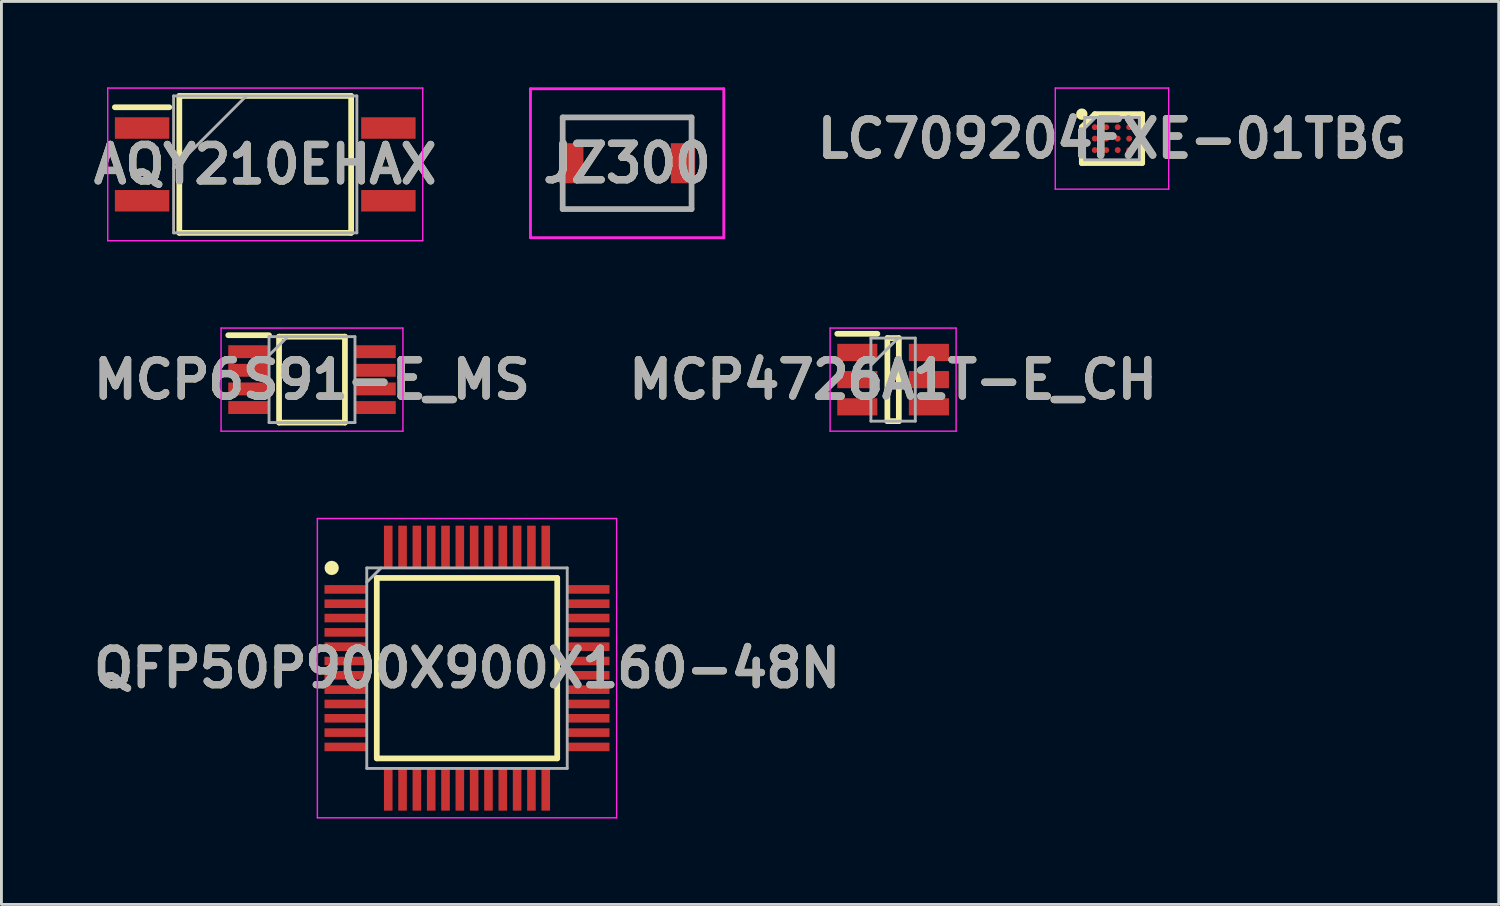
<source format=kicad_pcb>
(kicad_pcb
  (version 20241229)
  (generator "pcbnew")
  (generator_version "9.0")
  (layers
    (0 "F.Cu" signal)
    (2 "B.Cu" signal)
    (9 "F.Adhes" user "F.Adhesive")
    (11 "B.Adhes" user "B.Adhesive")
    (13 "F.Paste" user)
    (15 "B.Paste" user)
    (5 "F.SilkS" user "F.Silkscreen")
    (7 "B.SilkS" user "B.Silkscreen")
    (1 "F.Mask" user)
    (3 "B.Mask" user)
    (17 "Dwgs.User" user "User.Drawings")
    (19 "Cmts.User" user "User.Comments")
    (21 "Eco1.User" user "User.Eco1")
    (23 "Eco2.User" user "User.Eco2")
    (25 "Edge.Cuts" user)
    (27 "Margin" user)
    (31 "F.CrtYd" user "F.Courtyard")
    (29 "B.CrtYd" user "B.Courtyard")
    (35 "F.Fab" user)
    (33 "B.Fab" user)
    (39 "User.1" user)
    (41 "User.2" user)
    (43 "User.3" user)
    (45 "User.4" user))
  (footprint "QFP50P900X900X160-48N"
    (layer "F.Cu")
    (at 13.256 20.28)
    (property "Reference" "QFP50P900X900X160-48N" (at 0 0 0) (layer "F.SilkS") (effects (font (size 1.27 1.27) (thickness 0.254))))
    (attr smd)
    (fp_line (start -3.15 -3.15) (end 3.15 -3.15) (stroke (width 0.2) (type solid)) (layer "F.SilkS"))
    (fp_line (start -3.15 3.15) (end -3.15 -3.15) (stroke (width 0.2) (type solid)) (layer "F.SilkS"))
    (fp_line (start 3.15 -3.15) (end 3.15 3.15) (stroke (width 0.2) (type solid)) (layer "F.SilkS"))
    (fp_line (start 3.15 3.15) (end -3.15 3.15) (stroke (width 0.2) (type solid)) (layer "F.SilkS"))
    (fp_circle (center -4.725 -3.5) (end -4.725 -3.375) (stroke (width 0.25) (type solid)) (fill no) (layer "F.SilkS"))
    (fp_line (start -5.225 -5.225) (end 5.225 -5.225) (stroke (width 0.05) (type solid)) (layer "F.CrtYd"))
    (fp_line (start -5.225 5.225) (end -5.225 -5.225) (stroke (width 0.05) (type solid)) (layer "F.CrtYd"))
    (fp_line (start 5.225 -5.225) (end 5.225 5.225) (stroke (width 0.05) (type solid)) (layer "F.CrtYd"))
    (fp_line (start 5.225 5.225) (end -5.225 5.225) (stroke (width 0.05) (type solid)) (layer "F.CrtYd"))
    (fp_line (start -3.5 -3.5) (end 3.5 -3.5) (stroke (width 0.1) (type solid)) (layer "F.Fab"))
    (fp_line (start -3.5 -3) (end -3 -3.5) (stroke (width 0.1) (type solid)) (layer "F.Fab"))
    (fp_line (start -3.5 3.5) (end -3.5 -3.5) (stroke (width 0.1) (type solid)) (layer "F.Fab"))
    (fp_line (start 3.5 -3.5) (end 3.5 3.5) (stroke (width 0.1) (type solid)) (layer "F.Fab"))
    (fp_line (start 3.5 3.5) (end -3.5 3.5) (stroke (width 0.1) (type solid)) (layer "F.Fab"))
    (fp_text user "${REFERENCE}" (at 0 0 0) (layer "F.Fab") (effects (font (size 1.27 1.27) (thickness 0.254))))
    (pad "1" smd rect (at -4.238 -2.75 90) (size 0.3 1.475) (layers "F.Cu" "F.Mask" "F.Paste"))
    (pad "2" smd rect (at -4.238 -2.25 90) (size 0.3 1.475) (layers "F.Cu" "F.Mask" "F.Paste"))
    (pad "3" smd rect (at -4.238 -1.75 90) (size 0.3 1.475) (layers "F.Cu" "F.Mask" "F.Paste"))
    (pad "4" smd rect (at -4.238 -1.25 90) (size 0.3 1.475) (layers "F.Cu" "F.Mask" "F.Paste"))
    (pad "5" smd rect (at -4.238 -0.75 90) (size 0.3 1.475) (layers "F.Cu" "F.Mask" "F.Paste"))
    (pad "6" smd rect (at -4.238 -0.25 90) (size 0.3 1.475) (layers "F.Cu" "F.Mask" "F.Paste"))
    (pad "7" smd rect (at -4.238 0.25 90) (size 0.3 1.475) (layers "F.Cu" "F.Mask" "F.Paste"))
    (pad "8" smd rect (at -4.238 0.75 90) (size 0.3 1.475) (layers "F.Cu" "F.Mask" "F.Paste"))
    (pad "9" smd rect (at -4.238 1.25 90) (size 0.3 1.475) (layers "F.Cu" "F.Mask" "F.Paste"))
    (pad "10" smd rect (at -4.238 1.75 90) (size 0.3 1.475) (layers "F.Cu" "F.Mask" "F.Paste"))
    (pad "11" smd rect (at -4.238 2.25 90) (size 0.3 1.475) (layers "F.Cu" "F.Mask" "F.Paste"))
    (pad "12" smd rect (at -4.238 2.75 90) (size 0.3 1.475) (layers "F.Cu" "F.Mask" "F.Paste"))
    (pad "13" smd rect (at -2.75 4.238) (size 0.3 1.475) (layers "F.Cu" "F.Mask" "F.Paste"))
    (pad "14" smd rect (at -2.25 4.238) (size 0.3 1.475) (layers "F.Cu" "F.Mask" "F.Paste"))
    (pad "15" smd rect (at -1.75 4.238) (size 0.3 1.475) (layers "F.Cu" "F.Mask" "F.Paste"))
    (pad "16" smd rect (at -1.25 4.238) (size 0.3 1.475) (layers "F.Cu" "F.Mask" "F.Paste"))
    (pad "17" smd rect (at -0.75 4.238) (size 0.3 1.475) (layers "F.Cu" "F.Mask" "F.Paste"))
    (pad "18" smd rect (at -0.25 4.238) (size 0.3 1.475) (layers "F.Cu" "F.Mask" "F.Paste"))
    (pad "19" smd rect (at 0.25 4.238) (size 0.3 1.475) (layers "F.Cu" "F.Mask" "F.Paste"))
    (pad "20" smd rect (at 0.75 4.238) (size 0.3 1.475) (layers "F.Cu" "F.Mask" "F.Paste"))
    (pad "21" smd rect (at 1.25 4.238) (size 0.3 1.475) (layers "F.Cu" "F.Mask" "F.Paste"))
    (pad "22" smd rect (at 1.75 4.238) (size 0.3 1.475) (layers "F.Cu" "F.Mask" "F.Paste"))
    (pad "23" smd rect (at 2.25 4.238) (size 0.3 1.475) (layers "F.Cu" "F.Mask" "F.Paste"))
    (pad "24" smd rect (at 2.75 4.238) (size 0.3 1.475) (layers "F.Cu" "F.Mask" "F.Paste"))
    (pad "25" smd rect (at 4.238 2.75 90) (size 0.3 1.475) (layers "F.Cu" "F.Mask" "F.Paste"))
    (pad "26" smd rect (at 4.238 2.25 90) (size 0.3 1.475) (layers "F.Cu" "F.Mask" "F.Paste"))
    (pad "27" smd rect (at 4.238 1.75 90) (size 0.3 1.475) (layers "F.Cu" "F.Mask" "F.Paste"))
    (pad "28" smd rect (at 4.238 1.25 90) (size 0.3 1.475) (layers "F.Cu" "F.Mask" "F.Paste"))
    (pad "29" smd rect (at 4.238 0.75 90) (size 0.3 1.475) (layers "F.Cu" "F.Mask" "F.Paste"))
    (pad "30" smd rect (at 4.238 0.25 90) (size 0.3 1.475) (layers "F.Cu" "F.Mask" "F.Paste"))
    (pad "31" smd rect (at 4.238 -0.25 90) (size 0.3 1.475) (layers "F.Cu" "F.Mask" "F.Paste"))
    (pad "32" smd rect (at 4.238 -0.75 90) (size 0.3 1.475) (layers "F.Cu" "F.Mask" "F.Paste"))
    (pad "33" smd rect (at 4.238 -1.25 90) (size 0.3 1.475) (layers "F.Cu" "F.Mask" "F.Paste"))
    (pad "34" smd rect (at 4.238 -1.75 90) (size 0.3 1.475) (layers "F.Cu" "F.Mask" "F.Paste"))
    (pad "35" smd rect (at 4.238 -2.25 90) (size 0.3 1.475) (layers "F.Cu" "F.Mask" "F.Paste"))
    (pad "36" smd rect (at 4.238 -2.75 90) (size 0.3 1.475) (layers "F.Cu" "F.Mask" "F.Paste"))
    (pad "37" smd rect (at 2.75 -4.238) (size 0.3 1.475) (layers "F.Cu" "F.Mask" "F.Paste"))
    (pad "38" smd rect (at 2.25 -4.238) (size 0.3 1.475) (layers "F.Cu" "F.Mask" "F.Paste"))
    (pad "39" smd rect (at 1.75 -4.238) (size 0.3 1.475) (layers "F.Cu" "F.Mask" "F.Paste"))
    (pad "40" smd rect (at 1.25 -4.238) (size 0.3 1.475) (layers "F.Cu" "F.Mask" "F.Paste"))
    (pad "41" smd rect (at 0.75 -4.238) (size 0.3 1.475) (layers "F.Cu" "F.Mask" "F.Paste"))
    (pad "42" smd rect (at 0.25 -4.238) (size 0.3 1.475) (layers "F.Cu" "F.Mask" "F.Paste"))
    (pad "43" smd rect (at -0.25 -4.238) (size 0.3 1.475) (layers "F.Cu" "F.Mask" "F.Paste"))
    (pad "44" smd rect (at -0.75 -4.238) (size 0.3 1.475) (layers "F.Cu" "F.Mask" "F.Paste"))
    (pad "45" smd rect (at -1.25 -4.238) (size 0.3 1.475) (layers "F.Cu" "F.Mask" "F.Paste"))
    (pad "46" smd rect (at -1.75 -4.238) (size 0.3 1.475) (layers "F.Cu" "F.Mask" "F.Paste"))
    (pad "47" smd rect (at -2.25 -4.238) (size 0.3 1.475) (layers "F.Cu" "F.Mask" "F.Paste"))
    (pad "48" smd rect (at -2.75 -4.238) (size 0.3 1.475) (layers "F.Cu" "F.Mask" "F.Paste")))
  (footprint "AQY210EHAX"
    (layer "F.Cu")
    (at 6.211 2.69)
    (property "Reference" "AQY210EHAX" (at 0 0 0) (layer "F.SilkS") (effects (font (size 1.27 1.27) (thickness 0.254))))
    (attr smd)
    (fp_line (start -5.25 -1.995) (end -3.35 -1.995) (stroke (width 0.2) (type solid)) (layer "F.SilkS"))
    (fp_line (start -3 -2.39) (end 3 -2.39) (stroke (width 0.2) (type solid)) (layer "F.SilkS"))
    (fp_line (start -3 2.39) (end -3 -2.39) (stroke (width 0.2) (type solid)) (layer "F.SilkS"))
    (fp_line (start 3 -2.39) (end 3 2.39) (stroke (width 0.2) (type solid)) (layer "F.SilkS"))
    (fp_line (start 3 2.39) (end -3 2.39) (stroke (width 0.2) (type solid)) (layer "F.SilkS"))
    (fp_line (start -5.5 -2.665) (end 5.5 -2.665) (stroke (width 0.05) (type solid)) (layer "F.CrtYd"))
    (fp_line (start -5.5 2.665) (end -5.5 -2.665) (stroke (width 0.05) (type solid)) (layer "F.CrtYd"))
    (fp_line (start 5.5 -2.665) (end 5.5 2.665) (stroke (width 0.05) (type solid)) (layer "F.CrtYd"))
    (fp_line (start 5.5 2.665) (end -5.5 2.665) (stroke (width 0.05) (type solid)) (layer "F.CrtYd"))
    (fp_line (start -3.2 -2.39) (end 3.2 -2.39) (stroke (width 0.1) (type solid)) (layer "F.Fab"))
    (fp_line (start -3.2 0.15) (end -0.66 -2.39) (stroke (width 0.1) (type solid)) (layer "F.Fab"))
    (fp_line (start -3.2 2.39) (end -3.2 -2.39) (stroke (width 0.1) (type solid)) (layer "F.Fab"))
    (fp_line (start 3.2 -2.39) (end 3.2 2.39) (stroke (width 0.1) (type solid)) (layer "F.Fab"))
    (fp_line (start 3.2 2.39) (end -3.2 2.39) (stroke (width 0.1) (type solid)) (layer "F.Fab"))
    (fp_text user "${REFERENCE}" (at 0 0 0) (layer "F.Fab") (effects (font (size 1.27 1.27) (thickness 0.254))))
    (pad "1" smd rect (at -4.3 -1.27 90) (size 0.75 1.9) (layers "F.Cu" "F.Mask" "F.Paste"))
    (pad "2" smd rect (at -4.3 1.27 90) (size 0.75 1.9) (layers "F.Cu" "F.Mask" "F.Paste"))
    (pad "3" smd rect (at 4.3 1.27 90) (size 0.75 1.9) (layers "F.Cu" "F.Mask" "F.Paste"))
    (pad "4" smd rect (at 4.3 -1.27 90) (size 0.75 1.9) (layers "F.Cu" "F.Mask" "F.Paste")))
  (footprint "LC709204FXE-01TBG"
    (layer "F.Cu")
    (at 35.777 1.79)
    (property "Reference" "LC709204FXE-01TBG" (at 0 0 0) (layer "F.SilkS") (effects (font (size 1.27 1.27) (thickness 0.254))))
    (attr smd)
    (fp_line (start -1.054 -0.4) (end -0.6 -0.854) (stroke (width 0.2) (type solid)) (layer "F.SilkS"))
    (fp_line (start -1.054 0.854) (end -1.054 -0.4) (stroke (width 0.2) (type solid)) (layer "F.SilkS"))
    (fp_line (start -0.6 -0.854) (end 1.054 -0.854) (stroke (width 0.2) (type solid)) (layer "F.SilkS"))
    (fp_line (start 1.054 -0.854) (end 1.054 0.854) (stroke (width 0.2) (type solid)) (layer "F.SilkS"))
    (fp_line (start 1.054 0.854) (end -1.054 0.854) (stroke (width 0.2) (type solid)) (layer "F.SilkS"))
    (fp_circle (center -1.054 -0.854) (end -1.054 -0.754) (stroke (width 0.2) (type solid)) (fill no) (layer "F.SilkS"))
    (fp_line (start -1.98 -1.765) (end 1.98 -1.765) (stroke (width 0.05) (type solid)) (layer "F.CrtYd"))
    (fp_line (start -1.98 1.765) (end -1.98 -1.765) (stroke (width 0.05) (type solid)) (layer "F.CrtYd"))
    (fp_line (start 1.98 -1.765) (end 1.98 1.765) (stroke (width 0.05) (type solid)) (layer "F.CrtYd"))
    (fp_line (start 1.98 1.765) (end -1.98 1.765) (stroke (width 0.05) (type solid)) (layer "F.CrtYd"))
    (fp_line (start -0.955 -0.74) (end 0.955 -0.74) (stroke (width 0.1) (type solid)) (layer "F.Fab"))
    (fp_line (start -0.955 -0.358) (end -0.573 -0.74) (stroke (width 0.1) (type solid)) (layer "F.Fab"))
    (fp_line (start -0.955 0.74) (end -0.955 -0.74) (stroke (width 0.1) (type solid)) (layer "F.Fab"))
    (fp_line (start 0.955 -0.74) (end 0.955 0.74) (stroke (width 0.1) (type solid)) (layer "F.Fab"))
    (fp_line (start 0.955 0.74) (end -0.955 0.74) (stroke (width 0.1) (type solid)) (layer "F.Fab"))
    (fp_text user "${REFERENCE}" (at 0 0 0) (layer "F.Fab") (effects (font (size 1.27 1.27) (thickness 0.254))))
    (pad "A1" smd circle (at -0.6 -0.4 90) (size 0.208 0.208) (layers "F.Cu" "F.Mask" "F.Paste"))
    (pad "A2" smd circle (at -0.2 -0.4 90) (size 0.208 0.208) (layers "F.Cu" "F.Mask" "F.Paste"))
    (pad "A3" smd circle (at 0.2 -0.4 90) (size 0.208 0.208) (layers "F.Cu" "F.Mask" "F.Paste"))
    (pad "A4" smd circle (at 0.6 -0.4 90) (size 0.208 0.208) (layers "F.Cu" "F.Mask" "F.Paste"))
    (pad "B1" smd circle (at -0.6 0 90) (size 0.208 0.208) (layers "F.Cu" "F.Mask" "F.Paste"))
    (pad "B2" smd circle (at -0.2 0 90) (size 0.208 0.208) (layers "F.Cu" "F.Mask" "F.Paste"))
    (pad "B3" smd circle (at 0.2 0 90) (size 0.208 0.208) (layers "F.Cu" "F.Mask" "F.Paste"))
    (pad "B4" smd circle (at 0.6 0 90) (size 0.208 0.208) (layers "F.Cu" "F.Mask" "F.Paste"))
    (pad "C1" smd circle (at -0.6 0.4 90) (size 0.208 0.208) (layers "F.Cu" "F.Mask" "F.Paste"))
    (pad "C2" smd circle (at -0.2 0.4 90) (size 0.208 0.208) (layers "F.Cu" "F.Mask" "F.Paste"))
    (pad "C3" smd circle (at 0.2 0.4 90) (size 0.208 0.208) (layers "F.Cu" "F.Mask" "F.Paste"))
    (pad "C4" smd circle (at 0.6 0.4 90) (size 0.208 0.208) (layers "F.Cu" "F.Mask" "F.Paste")))
  (footprint "MCP4726A1T-E_CH"
    (layer "F.Cu")
    (at 28.134 10.205)
    (property "Reference" "MCP4726A1T-E_CH" (at 0 0 0) (layer "F.SilkS") (effects (font (size 1.27 1.27) (thickness 0.254))))
    (attr smd)
    (fp_line (start -1.95 -1.6) (end -0.55 -1.6) (stroke (width 0.2) (type solid)) (layer "F.SilkS"))
    (fp_line (start -0.2 -1.45) (end 0.2 -1.45) (stroke (width 0.2) (type solid)) (layer "F.SilkS"))
    (fp_line (start -0.2 1.45) (end -0.2 -1.45) (stroke (width 0.2) (type solid)) (layer "F.SilkS"))
    (fp_line (start 0.2 -1.45) (end 0.2 1.45) (stroke (width 0.2) (type solid)) (layer "F.SilkS"))
    (fp_line (start 0.2 1.45) (end -0.2 1.45) (stroke (width 0.2) (type solid)) (layer "F.SilkS"))
    (fp_line (start -2.2 -1.8) (end 2.2 -1.8) (stroke (width 0.05) (type solid)) (layer "F.CrtYd"))
    (fp_line (start -2.2 1.8) (end -2.2 -1.8) (stroke (width 0.05) (type solid)) (layer "F.CrtYd"))
    (fp_line (start 2.2 -1.8) (end 2.2 1.8) (stroke (width 0.05) (type solid)) (layer "F.CrtYd"))
    (fp_line (start 2.2 1.8) (end -2.2 1.8) (stroke (width 0.05) (type solid)) (layer "F.CrtYd"))
    (fp_line (start -0.775 -1.45) (end 0.775 -1.45) (stroke (width 0.1) (type solid)) (layer "F.Fab"))
    (fp_line (start -0.775 -0.5) (end 0.175 -1.45) (stroke (width 0.1) (type solid)) (layer "F.Fab"))
    (fp_line (start -0.775 1.45) (end -0.775 -1.45) (stroke (width 0.1) (type solid)) (layer "F.Fab"))
    (fp_line (start 0.775 -1.45) (end 0.775 1.45) (stroke (width 0.1) (type solid)) (layer "F.Fab"))
    (fp_line (start 0.775 1.45) (end -0.775 1.45) (stroke (width 0.1) (type solid)) (layer "F.Fab"))
    (fp_text user "${REFERENCE}" (at 0 0 0) (layer "F.Fab") (effects (font (size 1.27 1.27) (thickness 0.254))))
    (pad "1" smd rect (at -1.25 -0.95 90) (size 0.6 1.4) (layers "F.Cu" "F.Mask" "F.Paste"))
    (pad "2" smd rect (at -1.25 0 90) (size 0.6 1.4) (layers "F.Cu" "F.Mask" "F.Paste"))
    (pad "3" smd rect (at -1.25 0.95 90) (size 0.6 1.4) (layers "F.Cu" "F.Mask" "F.Paste"))
    (pad "4" smd rect (at 1.25 0.95 90) (size 0.6 1.4) (layers "F.Cu" "F.Mask" "F.Paste"))
    (pad "5" smd rect (at 1.25 0 90) (size 0.6 1.4) (layers "F.Cu" "F.Mask" "F.Paste"))
    (pad "6" smd rect (at 1.25 -0.95 90) (size 0.6 1.4) (layers "F.Cu" "F.Mask" "F.Paste")))
  (footprint "MCP6S91-E_MS"
    (layer "F.Cu")
    (at 7.844 10.205)
    (property "Reference" "MCP6S91-E_MS" (at 0 0 0) (layer "F.SilkS") (effects (font (size 1.27 1.27) (thickness 0.254))))
    (attr smd)
    (fp_line (start -2.925 -1.55) (end -1.5 -1.55) (stroke (width 0.2) (type solid)) (layer "F.SilkS"))
    (fp_line (start -1.15 -1.5) (end 1.15 -1.5) (stroke (width 0.2) (type solid)) (layer "F.SilkS"))
    (fp_line (start -1.15 1.5) (end -1.15 -1.5) (stroke (width 0.2) (type solid)) (layer "F.SilkS"))
    (fp_line (start 1.15 -1.5) (end 1.15 1.5) (stroke (width 0.2) (type solid)) (layer "F.SilkS"))
    (fp_line (start 1.15 1.5) (end -1.15 1.5) (stroke (width 0.2) (type solid)) (layer "F.SilkS"))
    (fp_line (start -3.175 -1.8) (end 3.175 -1.8) (stroke (width 0.05) (type solid)) (layer "F.CrtYd"))
    (fp_line (start -3.175 1.8) (end -3.175 -1.8) (stroke (width 0.05) (type solid)) (layer "F.CrtYd"))
    (fp_line (start 3.175 -1.8) (end 3.175 1.8) (stroke (width 0.05) (type solid)) (layer "F.CrtYd"))
    (fp_line (start 3.175 1.8) (end -3.175 1.8) (stroke (width 0.05) (type solid)) (layer "F.CrtYd"))
    (fp_line (start -1.5 -1.5) (end 1.5 -1.5) (stroke (width 0.1) (type solid)) (layer "F.Fab"))
    (fp_line (start -1.5 -0.85) (end -0.85 -1.5) (stroke (width 0.1) (type solid)) (layer "F.Fab"))
    (fp_line (start -1.5 1.5) (end -1.5 -1.5) (stroke (width 0.1) (type solid)) (layer "F.Fab"))
    (fp_line (start 1.5 -1.5) (end 1.5 1.5) (stroke (width 0.1) (type solid)) (layer "F.Fab"))
    (fp_line (start 1.5 1.5) (end -1.5 1.5) (stroke (width 0.1) (type solid)) (layer "F.Fab"))
    (fp_text user "${REFERENCE}" (at 0 0 0) (layer "F.Fab") (effects (font (size 1.27 1.27) (thickness 0.254))))
    (pad "1" smd rect (at -2.212 -0.975 90) (size 0.45 1.425) (layers "F.Cu" "F.Mask" "F.Paste"))
    (pad "2" smd rect (at -2.212 -0.325 90) (size 0.45 1.425) (layers "F.Cu" "F.Mask" "F.Paste"))
    (pad "3" smd rect (at -2.212 0.325 90) (size 0.45 1.425) (layers "F.Cu" "F.Mask" "F.Paste"))
    (pad "4" smd rect (at -2.212 0.975 90) (size 0.45 1.425) (layers "F.Cu" "F.Mask" "F.Paste"))
    (pad "5" smd rect (at 2.212 0.975 90) (size 0.45 1.425) (layers "F.Cu" "F.Mask" "F.Paste"))
    (pad "6" smd rect (at 2.212 0.325 90) (size 0.45 1.425) (layers "F.Cu" "F.Mask" "F.Paste"))
    (pad "7" smd rect (at 2.212 -0.325 90) (size 0.45 1.425) (layers "F.Cu" "F.Mask" "F.Paste"))
    (pad "8" smd rect (at 2.212 -0.975 90) (size 0.45 1.425) (layers "F.Cu" "F.Mask" "F.Paste")))
  (footprint "JZ300"
    (layer "F.Cu")
    (at 18.847 2.65)
    (property "Reference" "JZ300" (at 0 0 0) (layer "F.SilkS") (effects (font (size 1.27 1.27) (thickness 0.254))))
    (attr smd)
    (fp_line (start -2.25 -1.6) (end 2.25 -1.6) (stroke (width 0.1) (type solid)) (layer "F.SilkS"))
    (fp_line (start -2.25 -1) (end -2.25 -1.6) (stroke (width 0.1) (type solid)) (layer "F.SilkS"))
    (fp_line (start -2.25 1) (end -2.25 1.6) (stroke (width 0.1) (type solid)) (layer "F.SilkS"))
    (fp_line (start -2.25 1.6) (end 2.25 1.6) (stroke (width 0.1) (type solid)) (layer "F.SilkS"))
    (fp_line (start 2.25 -1.6) (end 2.25 -1) (stroke (width 0.1) (type solid)) (layer "F.SilkS"))
    (fp_line (start 2.25 1.6) (end 2.25 1) (stroke (width 0.1) (type solid)) (layer "F.SilkS"))
    (fp_line (start -3.375 -2.6) (end 3.375 -2.6) (stroke (width 0.1) (type solid)) (layer "F.CrtYd"))
    (fp_line (start -3.375 2.6) (end -3.375 -2.6) (stroke (width 0.1) (type solid)) (layer "F.CrtYd"))
    (fp_line (start 3.375 -2.6) (end 3.375 2.6) (stroke (width 0.1) (type solid)) (layer "F.CrtYd"))
    (fp_line (start 3.375 2.6) (end -3.375 2.6) (stroke (width 0.1) (type solid)) (layer "F.CrtYd"))
    (fp_line (start -2.25 -1.6) (end 2.25 -1.6) (stroke (width 0.2) (type solid)) (layer "F.Fab"))
    (fp_line (start -2.25 1.6) (end -2.25 -1.6) (stroke (width 0.2) (type solid)) (layer "F.Fab"))
    (fp_line (start 2.25 -1.6) (end 2.25 1.6) (stroke (width 0.2) (type solid)) (layer "F.Fab"))
    (fp_line (start 2.25 1.6) (end -2.25 1.6) (stroke (width 0.2) (type solid)) (layer "F.Fab"))
    (fp_text user "${REFERENCE}" (at 0 0 0) (layer "F.Fab") (effects (font (size 1.27 1.27) (thickness 0.254))))
    (pad "1" smd rect (at -1.95 0) (size 0.85 1.4) (layers "F.Cu" "F.Mask" "F.Paste"))
    (pad "2" smd rect (at 1.95 0) (size 0.85 1.4) (layers "F.Cu" "F.Mask" "F.Paste")))
  (gr_rect
    (start -3 -3)
    (end 49.281 28.53)
    (stroke (width 0.1) (type default))
    (fill no)
    (layer "Edge.Cuts")))
</source>
